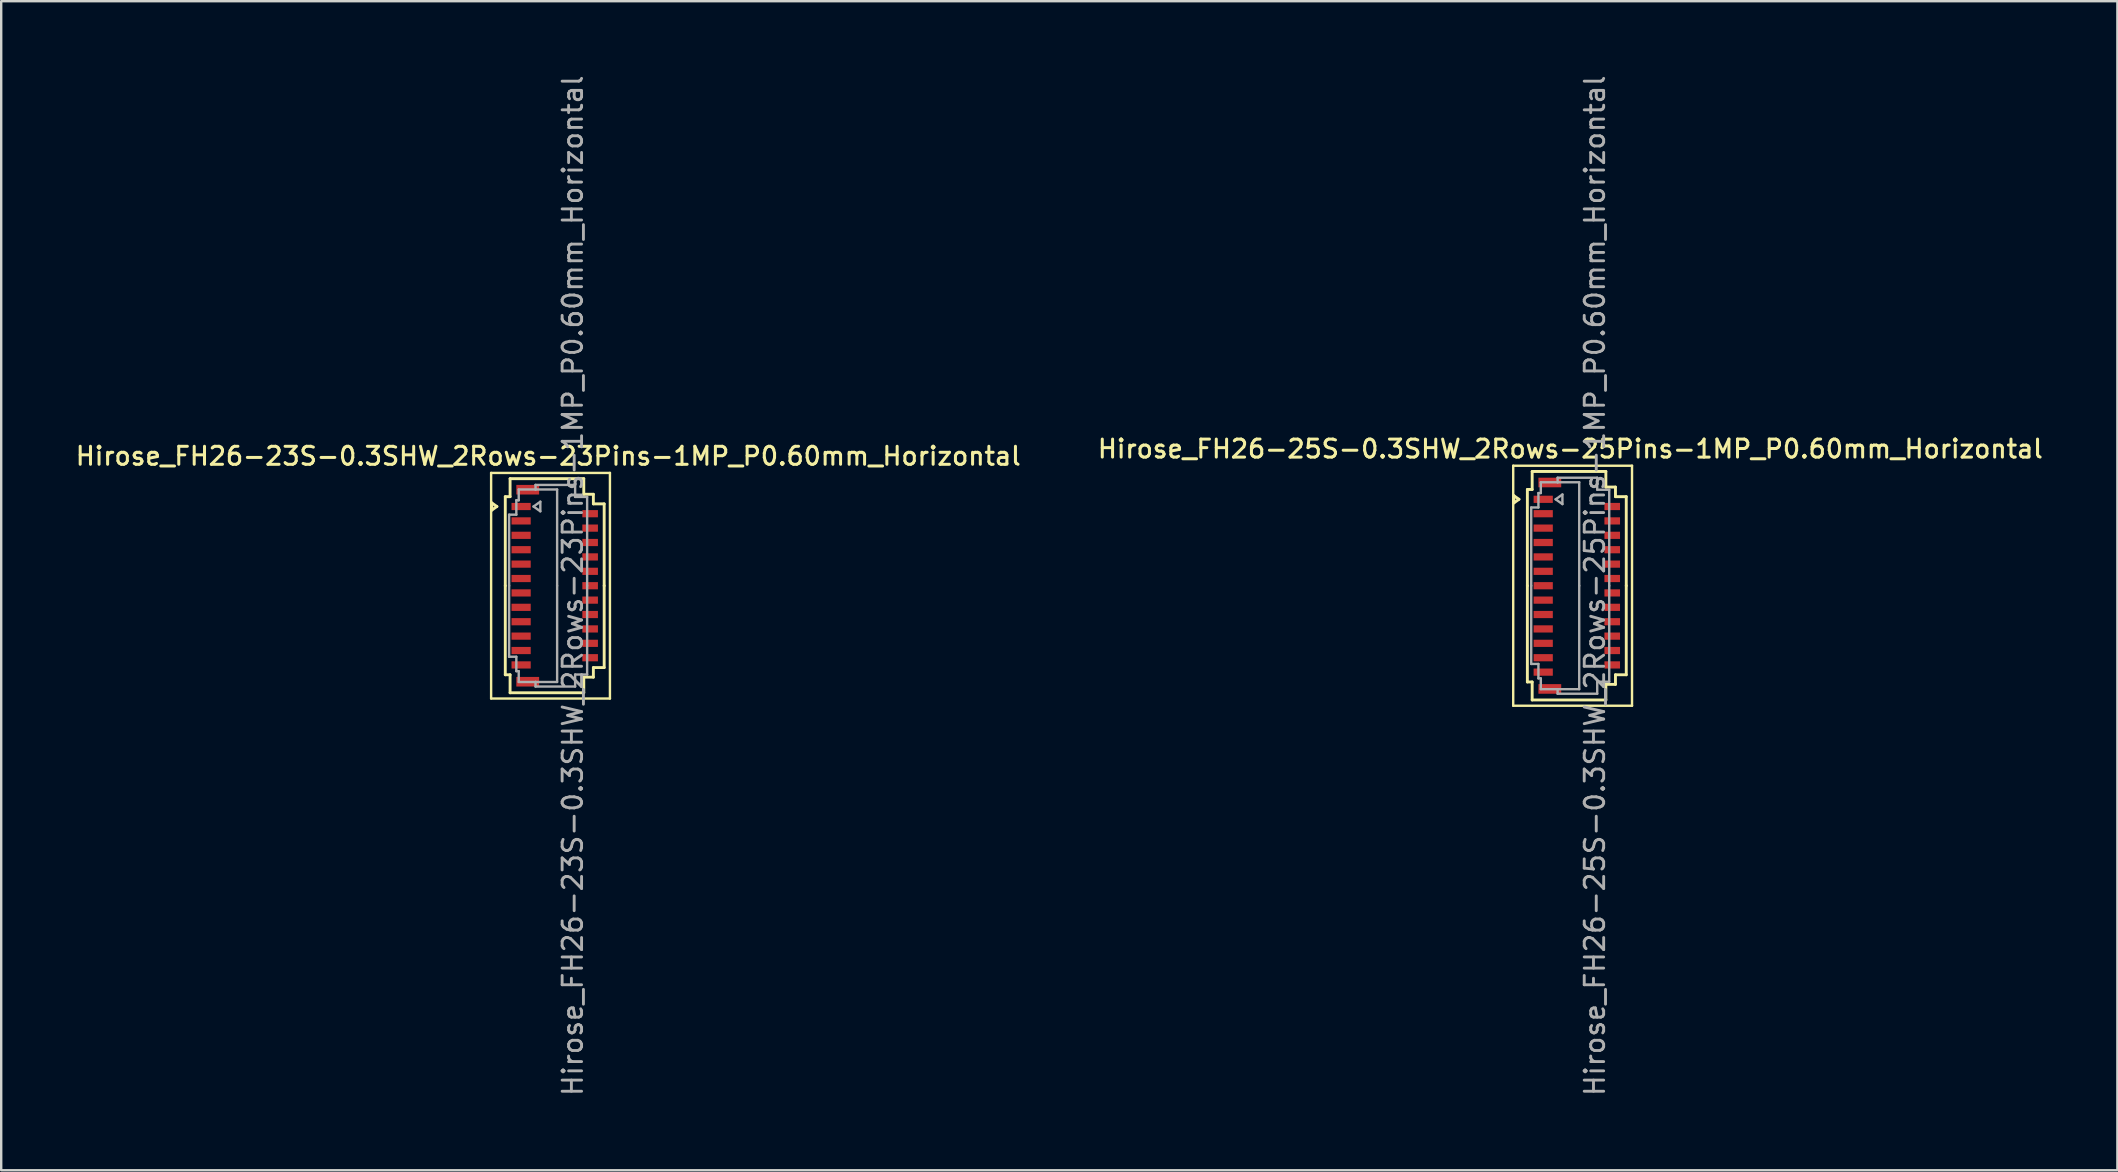
<source format=kicad_pcb>
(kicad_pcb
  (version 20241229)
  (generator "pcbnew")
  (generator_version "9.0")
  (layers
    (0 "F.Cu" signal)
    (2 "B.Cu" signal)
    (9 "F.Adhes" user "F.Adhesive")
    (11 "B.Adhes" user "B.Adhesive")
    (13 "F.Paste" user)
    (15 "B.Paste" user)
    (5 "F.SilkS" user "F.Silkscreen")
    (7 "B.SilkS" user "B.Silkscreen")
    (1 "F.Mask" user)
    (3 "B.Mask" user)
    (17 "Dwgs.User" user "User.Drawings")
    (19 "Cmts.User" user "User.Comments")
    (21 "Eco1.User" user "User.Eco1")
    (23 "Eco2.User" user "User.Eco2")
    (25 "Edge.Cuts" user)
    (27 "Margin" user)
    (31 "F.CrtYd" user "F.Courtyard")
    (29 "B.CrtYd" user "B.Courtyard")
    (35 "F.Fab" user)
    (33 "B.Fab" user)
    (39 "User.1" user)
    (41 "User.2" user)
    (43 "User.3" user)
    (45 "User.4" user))
  (footprint "Hirose_FH26-23S-0.3SHW_2Rows-23Pins-1MP_P0.60mm_Horizontal"
    (layer "F.Cu")
    (at 20.061 21.352)
    (property "Reference" "Hirose_FH26-23S-0.3SHW_2Rows-23Pins-1MP_P0.60mm_Horizontal" (at -0.27 -5.4 0) (layer "F.SilkS") (effects (font (size 0.75 0.75) (thickness 0.125))))
    (attr smd)
    (fp_line (start -2.65 -4.7) (end -2.65 4.7) (stroke (width 0.1) (type solid)) (layer "F.SilkS"))
    (fp_line (start -2.65 4.7) (end 2.3 4.7) (stroke (width 0.1) (type solid)) (layer "F.SilkS"))
    (fp_line (start -2.622 -3.45) (end -2.41 -3.3) (stroke (width 0.12) (type solid)) (layer "F.SilkS"))
    (fp_line (start -2.622 -3.15) (end -2.622 -3.45) (stroke (width 0.12) (type solid)) (layer "F.SilkS"))
    (fp_line (start -2.41 -3.3) (end -2.622 -3.15) (stroke (width 0.12) (type solid)) (layer "F.SilkS"))
    (fp_line (start -2.06 -3.71) (end -2.06 0) (stroke (width 0.12) (type solid)) (layer "F.SilkS"))
    (fp_line (start -2.06 3.71) (end -2.06 0) (stroke (width 0.12) (type solid)) (layer "F.SilkS"))
    (fp_line (start -1.86 -4.46) (end -1.86 -3.71) (stroke (width 0.12) (type solid)) (layer "F.SilkS"))
    (fp_line (start -1.86 -3.71) (end -2.06 -3.71) (stroke (width 0.12) (type solid)) (layer "F.SilkS"))
    (fp_line (start -1.86 3.71) (end -2.06 3.71) (stroke (width 0.12) (type solid)) (layer "F.SilkS"))
    (fp_line (start -1.86 4.46) (end -1.86 3.71) (stroke (width 0.12) (type solid)) (layer "F.SilkS"))
    (fp_line (start 1.21 -4.46) (end -1.86 -4.46) (stroke (width 0.12) (type solid)) (layer "F.SilkS"))
    (fp_line (start 1.21 -3.81) (end 1.21 -4.46) (stroke (width 0.12) (type solid)) (layer "F.SilkS"))
    (fp_line (start 1.21 3.81) (end 1.21 4.46) (stroke (width 0.12) (type solid)) (layer "F.SilkS"))
    (fp_line (start 1.21 4.46) (end -1.86 4.46) (stroke (width 0.12) (type solid)) (layer "F.SilkS"))
    (fp_line (start 1.61 -3.81) (end 1.21 -3.81) (stroke (width 0.12) (type solid)) (layer "F.SilkS"))
    (fp_line (start 1.61 -3.41) (end 1.61 -3.81) (stroke (width 0.12) (type solid)) (layer "F.SilkS"))
    (fp_line (start 1.61 3.41) (end 1.61 3.81) (stroke (width 0.12) (type solid)) (layer "F.SilkS"))
    (fp_line (start 1.61 3.81) (end 1.21 3.81) (stroke (width 0.12) (type solid)) (layer "F.SilkS"))
    (fp_line (start 2.06 -3.41) (end 1.61 -3.41) (stroke (width 0.12) (type solid)) (layer "F.SilkS"))
    (fp_line (start 2.06 0) (end 2.06 -3.41) (stroke (width 0.12) (type solid)) (layer "F.SilkS"))
    (fp_line (start 2.06 0) (end 2.06 3.41) (stroke (width 0.12) (type solid)) (layer "F.SilkS"))
    (fp_line (start 2.06 3.41) (end 1.61 3.41) (stroke (width 0.12) (type solid)) (layer "F.SilkS"))
    (fp_line (start 2.3 -4.7) (end -2.65 -4.7) (stroke (width 0.1) (type solid)) (layer "F.SilkS"))
    (fp_line (start 2.3 4.7) (end 2.3 -4.7) (stroke (width 0.1) (type solid)) (layer "F.SilkS"))
    (fp_line (start -1.9 -2.96) (end -1.6 -2.96) (stroke (width 0.1) (type solid)) (layer "F.Fab"))
    (fp_line (start -1.9 0) (end -1.9 -2.96) (stroke (width 0.1) (type solid)) (layer "F.Fab"))
    (fp_line (start -1.9 0) (end -1.9 2.96) (stroke (width 0.1) (type solid)) (layer "F.Fab"))
    (fp_line (start -1.9 2.96) (end -1.6 2.96) (stroke (width 0.1) (type solid)) (layer "F.Fab"))
    (fp_line (start -1.6 -3.56) (end -1.5 -3.56) (stroke (width 0.1) (type solid)) (layer "F.Fab"))
    (fp_line (start -1.6 -2.96) (end -1.6 -3.56) (stroke (width 0.1) (type solid)) (layer "F.Fab"))
    (fp_line (start -1.6 2.96) (end -1.6 3.56) (stroke (width 0.1) (type solid)) (layer "F.Fab"))
    (fp_line (start -1.6 3.56) (end -1.5 3.56) (stroke (width 0.1) (type solid)) (layer "F.Fab"))
    (fp_line (start -1.5 -4.01) (end -0.8 -4.01) (stroke (width 0.1) (type solid)) (layer "F.Fab"))
    (fp_line (start -1.5 -3.56) (end -1.5 -4.01) (stroke (width 0.1) (type solid)) (layer "F.Fab"))
    (fp_line (start -1.5 3.56) (end -1.5 4.01) (stroke (width 0.1) (type solid)) (layer "F.Fab"))
    (fp_line (start -1.5 4.01) (end -0.8 4.01) (stroke (width 0.1) (type solid)) (layer "F.Fab"))
    (fp_line (start -0.883 -3.3) (end -0.6 -3.1) (stroke (width 0.1) (type solid)) (layer "F.Fab"))
    (fp_line (start -0.8 -4.2) (end 0.85 -4.2) (stroke (width 0.1) (type solid)) (layer "F.Fab"))
    (fp_line (start -0.8 -4.01) (end -0.8 -4.2) (stroke (width 0.1) (type solid)) (layer "F.Fab"))
    (fp_line (start -0.8 4.01) (end -0.8 4.2) (stroke (width 0.1) (type solid)) (layer "F.Fab"))
    (fp_line (start -0.8 4.2) (end 0.85 4.2) (stroke (width 0.1) (type solid)) (layer "F.Fab"))
    (fp_line (start -0.6 -3.5) (end -0.883 -3.3) (stroke (width 0.1) (type solid)) (layer "F.Fab"))
    (fp_line (start -0.6 -3.1) (end -0.6 -3.5) (stroke (width 0.1) (type solid)) (layer "F.Fab"))
    (fp_line (start 0.1 -4.01) (end -0.8 -4.01) (stroke (width 0.1) (type solid)) (layer "F.Fab"))
    (fp_line (start 0.1 0) (end 0.1 -4.01) (stroke (width 0.1) (type solid)) (layer "F.Fab"))
    (fp_line (start 0.1 0) (end 0.1 4.01) (stroke (width 0.1) (type solid)) (layer "F.Fab"))
    (fp_line (start 0.1 4.01) (end -0.8 4.01) (stroke (width 0.1) (type solid)) (layer "F.Fab"))
    (fp_line (start 0.85 -4.2) (end 0.85 -3.7) (stroke (width 0.1) (type solid)) (layer "F.Fab"))
    (fp_line (start 0.85 -3.7) (end 1.35 -3.7) (stroke (width 0.1) (type solid)) (layer "F.Fab"))
    (fp_line (start 0.85 3.7) (end 1.35 3.7) (stroke (width 0.1) (type solid)) (layer "F.Fab"))
    (fp_line (start 0.85 4.2) (end 0.85 3.7) (stroke (width 0.1) (type solid)) (layer "F.Fab"))
    (fp_line (start 1.35 -3.7) (end 1.35 0) (stroke (width 0.1) (type solid)) (layer "F.Fab"))
    (fp_line (start 1.35 3.7) (end 1.35 0) (stroke (width 0.1) (type solid)) (layer "F.Fab"))
    (fp_text user "${REFERENCE}" (at 0.75 0 90) (layer "F.Fab") (effects (font (size 0.81 0.81) (thickness 0.12))))
    (pad "1" smd rect (at -1.4 -3.3) (size 0.8 0.3) (layers "F.Cu" "F.Mask" "F.Paste"))
    (pad "2" smd rect (at 1.475 -3) (size 0.65 0.3) (layers "F.Cu" "F.Mask" "F.Paste"))
    (pad "3" smd rect (at -1.4 -2.7) (size 0.8 0.3) (layers "F.Cu" "F.Mask" "F.Paste"))
    (pad "4" smd rect (at 1.475 -2.4) (size 0.65 0.3) (layers "F.Cu" "F.Mask" "F.Paste"))
    (pad "5" smd rect (at -1.4 -2.1) (size 0.8 0.3) (layers "F.Cu" "F.Mask" "F.Paste"))
    (pad "6" smd rect (at 1.475 -1.8) (size 0.65 0.3) (layers "F.Cu" "F.Mask" "F.Paste"))
    (pad "7" smd rect (at -1.4 -1.5) (size 0.8 0.3) (layers "F.Cu" "F.Mask" "F.Paste"))
    (pad "8" smd rect (at 1.475 -1.2) (size 0.65 0.3) (layers "F.Cu" "F.Mask" "F.Paste"))
    (pad "9" smd rect (at -1.4 -0.9) (size 0.8 0.3) (layers "F.Cu" "F.Mask" "F.Paste"))
    (pad "10" smd rect (at 1.475 -0.6) (size 0.65 0.3) (layers "F.Cu" "F.Mask" "F.Paste"))
    (pad "11" smd rect (at -1.4 -0.3) (size 0.8 0.3) (layers "F.Cu" "F.Mask" "F.Paste"))
    (pad "12" smd rect (at 1.475 0) (size 0.65 0.3) (layers "F.Cu" "F.Mask" "F.Paste"))
    (pad "13" smd rect (at -1.4 0.3) (size 0.8 0.3) (layers "F.Cu" "F.Mask" "F.Paste"))
    (pad "14" smd rect (at 1.475 0.6) (size 0.65 0.3) (layers "F.Cu" "F.Mask" "F.Paste"))
    (pad "15" smd rect (at -1.4 0.9) (size 0.8 0.3) (layers "F.Cu" "F.Mask" "F.Paste"))
    (pad "16" smd rect (at 1.475 1.2) (size 0.65 0.3) (layers "F.Cu" "F.Mask" "F.Paste"))
    (pad "17" smd rect (at -1.4 1.5) (size 0.8 0.3) (layers "F.Cu" "F.Mask" "F.Paste"))
    (pad "18" smd rect (at 1.475 1.8) (size 0.65 0.3) (layers "F.Cu" "F.Mask" "F.Paste"))
    (pad "19" smd rect (at -1.4 2.1) (size 0.8 0.3) (layers "F.Cu" "F.Mask" "F.Paste"))
    (pad "20" smd rect (at 1.475 2.4) (size 0.65 0.3) (layers "F.Cu" "F.Mask" "F.Paste"))
    (pad "21" smd rect (at -1.4 2.7) (size 0.8 0.3) (layers "F.Cu" "F.Mask" "F.Paste"))
    (pad "22" smd rect (at 1.475 3) (size 0.65 0.3) (layers "F.Cu" "F.Mask" "F.Paste"))
    (pad "23" smd rect (at -1.4 3.3) (size 0.8 0.3) (layers "F.Cu" "F.Mask" "F.Paste"))
    (pad "MP" smd rect (at -1.125 -4) (size 0.95 0.4) (layers "F.Cu" "F.Mask" "F.Paste"))
    (pad "MP" smd rect (at -1.125 4) (size 0.95 0.4) (layers "F.Cu" "F.Mask" "F.Paste")))
  (footprint "Hirose_FH26-25S-0.3SHW_2Rows-25Pins-1MP_P0.60mm_Horizontal"
    (layer "F.Cu")
    (at 62.643 21.352)
    (property "Reference" "Hirose_FH26-25S-0.3SHW_2Rows-25Pins-1MP_P0.60mm_Horizontal" (at -0.27 -5.7 0) (layer "F.SilkS") (effects (font (size 0.75 0.75) (thickness 0.125))))
    (attr smd)
    (fp_line (start -2.65 -5) (end -2.65 5) (stroke (width 0.1) (type solid)) (layer "F.SilkS"))
    (fp_line (start -2.65 5) (end 2.3 5) (stroke (width 0.1) (type solid)) (layer "F.SilkS"))
    (fp_line (start -2.622 -3.75) (end -2.41 -3.6) (stroke (width 0.12) (type solid)) (layer "F.SilkS"))
    (fp_line (start -2.622 -3.45) (end -2.622 -3.75) (stroke (width 0.12) (type solid)) (layer "F.SilkS"))
    (fp_line (start -2.41 -3.6) (end -2.622 -3.45) (stroke (width 0.12) (type solid)) (layer "F.SilkS"))
    (fp_line (start -2.06 -4.01) (end -2.06 0) (stroke (width 0.12) (type solid)) (layer "F.SilkS"))
    (fp_line (start -2.06 4.01) (end -2.06 0) (stroke (width 0.12) (type solid)) (layer "F.SilkS"))
    (fp_line (start -1.86 -4.76) (end -1.86 -4.01) (stroke (width 0.12) (type solid)) (layer "F.SilkS"))
    (fp_line (start -1.86 -4.01) (end -2.06 -4.01) (stroke (width 0.12) (type solid)) (layer "F.SilkS"))
    (fp_line (start -1.86 4.01) (end -2.06 4.01) (stroke (width 0.12) (type solid)) (layer "F.SilkS"))
    (fp_line (start -1.86 4.76) (end -1.86 4.01) (stroke (width 0.12) (type solid)) (layer "F.SilkS"))
    (fp_line (start 1.21 -4.76) (end -1.86 -4.76) (stroke (width 0.12) (type solid)) (layer "F.SilkS"))
    (fp_line (start 1.21 -4.11) (end 1.21 -4.76) (stroke (width 0.12) (type solid)) (layer "F.SilkS"))
    (fp_line (start 1.21 4.11) (end 1.21 4.76) (stroke (width 0.12) (type solid)) (layer "F.SilkS"))
    (fp_line (start 1.21 4.76) (end -1.86 4.76) (stroke (width 0.12) (type solid)) (layer "F.SilkS"))
    (fp_line (start 1.61 -4.11) (end 1.21 -4.11) (stroke (width 0.12) (type solid)) (layer "F.SilkS"))
    (fp_line (start 1.61 -3.71) (end 1.61 -4.11) (stroke (width 0.12) (type solid)) (layer "F.SilkS"))
    (fp_line (start 1.61 3.71) (end 1.61 4.11) (stroke (width 0.12) (type solid)) (layer "F.SilkS"))
    (fp_line (start 1.61 4.11) (end 1.21 4.11) (stroke (width 0.12) (type solid)) (layer "F.SilkS"))
    (fp_line (start 2.06 -3.71) (end 1.61 -3.71) (stroke (width 0.12) (type solid)) (layer "F.SilkS"))
    (fp_line (start 2.06 0) (end 2.06 -3.71) (stroke (width 0.12) (type solid)) (layer "F.SilkS"))
    (fp_line (start 2.06 0) (end 2.06 3.71) (stroke (width 0.12) (type solid)) (layer "F.SilkS"))
    (fp_line (start 2.06 3.71) (end 1.61 3.71) (stroke (width 0.12) (type solid)) (layer "F.SilkS"))
    (fp_line (start 2.3 -5) (end -2.65 -5) (stroke (width 0.1) (type solid)) (layer "F.SilkS"))
    (fp_line (start 2.3 5) (end 2.3 -5) (stroke (width 0.1) (type solid)) (layer "F.SilkS"))
    (fp_line (start -1.9 -3.26) (end -1.6 -3.26) (stroke (width 0.1) (type solid)) (layer "F.Fab"))
    (fp_line (start -1.9 0) (end -1.9 -3.26) (stroke (width 0.1) (type solid)) (layer "F.Fab"))
    (fp_line (start -1.9 0) (end -1.9 3.26) (stroke (width 0.1) (type solid)) (layer "F.Fab"))
    (fp_line (start -1.9 3.26) (end -1.6 3.26) (stroke (width 0.1) (type solid)) (layer "F.Fab"))
    (fp_line (start -1.6 -3.86) (end -1.5 -3.86) (stroke (width 0.1) (type solid)) (layer "F.Fab"))
    (fp_line (start -1.6 -3.26) (end -1.6 -3.86) (stroke (width 0.1) (type solid)) (layer "F.Fab"))
    (fp_line (start -1.6 3.26) (end -1.6 3.86) (stroke (width 0.1) (type solid)) (layer "F.Fab"))
    (fp_line (start -1.6 3.86) (end -1.5 3.86) (stroke (width 0.1) (type solid)) (layer "F.Fab"))
    (fp_line (start -1.5 -4.31) (end -0.8 -4.31) (stroke (width 0.1) (type solid)) (layer "F.Fab"))
    (fp_line (start -1.5 -3.86) (end -1.5 -4.31) (stroke (width 0.1) (type solid)) (layer "F.Fab"))
    (fp_line (start -1.5 3.86) (end -1.5 4.31) (stroke (width 0.1) (type solid)) (layer "F.Fab"))
    (fp_line (start -1.5 4.31) (end -0.8 4.31) (stroke (width 0.1) (type solid)) (layer "F.Fab"))
    (fp_line (start -0.883 -3.6) (end -0.6 -3.4) (stroke (width 0.1) (type solid)) (layer "F.Fab"))
    (fp_line (start -0.8 -4.5) (end 0.85 -4.5) (stroke (width 0.1) (type solid)) (layer "F.Fab"))
    (fp_line (start -0.8 -4.31) (end -0.8 -4.5) (stroke (width 0.1) (type solid)) (layer "F.Fab"))
    (fp_line (start -0.8 4.31) (end -0.8 4.5) (stroke (width 0.1) (type solid)) (layer "F.Fab"))
    (fp_line (start -0.8 4.5) (end 0.85 4.5) (stroke (width 0.1) (type solid)) (layer "F.Fab"))
    (fp_line (start -0.6 -3.8) (end -0.883 -3.6) (stroke (width 0.1) (type solid)) (layer "F.Fab"))
    (fp_line (start -0.6 -3.4) (end -0.6 -3.8) (stroke (width 0.1) (type solid)) (layer "F.Fab"))
    (fp_line (start 0.1 -4.31) (end -0.8 -4.31) (stroke (width 0.1) (type solid)) (layer "F.Fab"))
    (fp_line (start 0.1 0) (end 0.1 -4.31) (stroke (width 0.1) (type solid)) (layer "F.Fab"))
    (fp_line (start 0.1 0) (end 0.1 4.31) (stroke (width 0.1) (type solid)) (layer "F.Fab"))
    (fp_line (start 0.1 4.31) (end -0.8 4.31) (stroke (width 0.1) (type solid)) (layer "F.Fab"))
    (fp_line (start 0.85 -4.5) (end 0.85 -4) (stroke (width 0.1) (type solid)) (layer "F.Fab"))
    (fp_line (start 0.85 -4) (end 1.35 -4) (stroke (width 0.1) (type solid)) (layer "F.Fab"))
    (fp_line (start 0.85 4) (end 1.35 4) (stroke (width 0.1) (type solid)) (layer "F.Fab"))
    (fp_line (start 0.85 4.5) (end 0.85 4) (stroke (width 0.1) (type solid)) (layer "F.Fab"))
    (fp_line (start 1.35 -4) (end 1.35 0) (stroke (width 0.1) (type solid)) (layer "F.Fab"))
    (fp_line (start 1.35 4) (end 1.35 0) (stroke (width 0.1) (type solid)) (layer "F.Fab"))
    (fp_text user "${REFERENCE}" (at 0.75 0 90) (layer "F.Fab") (effects (font (size 0.81 0.81) (thickness 0.12))))
    (pad "1" smd rect (at -1.4 -3.6) (size 0.8 0.3) (layers "F.Cu" "F.Mask" "F.Paste"))
    (pad "2" smd rect (at 1.475 -3.3) (size 0.65 0.3) (layers "F.Cu" "F.Mask" "F.Paste"))
    (pad "3" smd rect (at -1.4 -3) (size 0.8 0.3) (layers "F.Cu" "F.Mask" "F.Paste"))
    (pad "4" smd rect (at 1.475 -2.7) (size 0.65 0.3) (layers "F.Cu" "F.Mask" "F.Paste"))
    (pad "5" smd rect (at -1.4 -2.4) (size 0.8 0.3) (layers "F.Cu" "F.Mask" "F.Paste"))
    (pad "6" smd rect (at 1.475 -2.1) (size 0.65 0.3) (layers "F.Cu" "F.Mask" "F.Paste"))
    (pad "7" smd rect (at -1.4 -1.8) (size 0.8 0.3) (layers "F.Cu" "F.Mask" "F.Paste"))
    (pad "8" smd rect (at 1.475 -1.5) (size 0.65 0.3) (layers "F.Cu" "F.Mask" "F.Paste"))
    (pad "9" smd rect (at -1.4 -1.2) (size 0.8 0.3) (layers "F.Cu" "F.Mask" "F.Paste"))
    (pad "10" smd rect (at 1.475 -0.9) (size 0.65 0.3) (layers "F.Cu" "F.Mask" "F.Paste"))
    (pad "11" smd rect (at -1.4 -0.6) (size 0.8 0.3) (layers "F.Cu" "F.Mask" "F.Paste"))
    (pad "12" smd rect (at 1.475 -0.3) (size 0.65 0.3) (layers "F.Cu" "F.Mask" "F.Paste"))
    (pad "13" smd rect (at -1.4 0) (size 0.8 0.3) (layers "F.Cu" "F.Mask" "F.Paste"))
    (pad "14" smd rect (at 1.475 0.3) (size 0.65 0.3) (layers "F.Cu" "F.Mask" "F.Paste"))
    (pad "15" smd rect (at -1.4 0.6) (size 0.8 0.3) (layers "F.Cu" "F.Mask" "F.Paste"))
    (pad "16" smd rect (at 1.475 0.9) (size 0.65 0.3) (layers "F.Cu" "F.Mask" "F.Paste"))
    (pad "17" smd rect (at -1.4 1.2) (size 0.8 0.3) (layers "F.Cu" "F.Mask" "F.Paste"))
    (pad "18" smd rect (at 1.475 1.5) (size 0.65 0.3) (layers "F.Cu" "F.Mask" "F.Paste"))
    (pad "19" smd rect (at -1.4 1.8) (size 0.8 0.3) (layers "F.Cu" "F.Mask" "F.Paste"))
    (pad "20" smd rect (at 1.475 2.1) (size 0.65 0.3) (layers "F.Cu" "F.Mask" "F.Paste"))
    (pad "21" smd rect (at -1.4 2.4) (size 0.8 0.3) (layers "F.Cu" "F.Mask" "F.Paste"))
    (pad "22" smd rect (at 1.475 2.7) (size 0.65 0.3) (layers "F.Cu" "F.Mask" "F.Paste"))
    (pad "23" smd rect (at -1.4 3) (size 0.8 0.3) (layers "F.Cu" "F.Mask" "F.Paste"))
    (pad "24" smd rect (at 1.475 3.3) (size 0.65 0.3) (layers "F.Cu" "F.Mask" "F.Paste"))
    (pad "25" smd rect (at -1.4 3.6) (size 0.8 0.3) (layers "F.Cu" "F.Mask" "F.Paste"))
    (pad "MP" smd rect (at -1.125 -4.3) (size 0.95 0.4) (layers "F.Cu" "F.Mask" "F.Paste"))
    (pad "MP" smd rect (at -1.125 4.3) (size 0.95 0.4) (layers "F.Cu" "F.Mask" "F.Paste")))
  (gr_rect
    (start -3 -3)
    (end 85.164 45.704)
    (stroke (width 0.1) (type default))
    (fill no)
    (layer "Edge.Cuts")))
</source>
